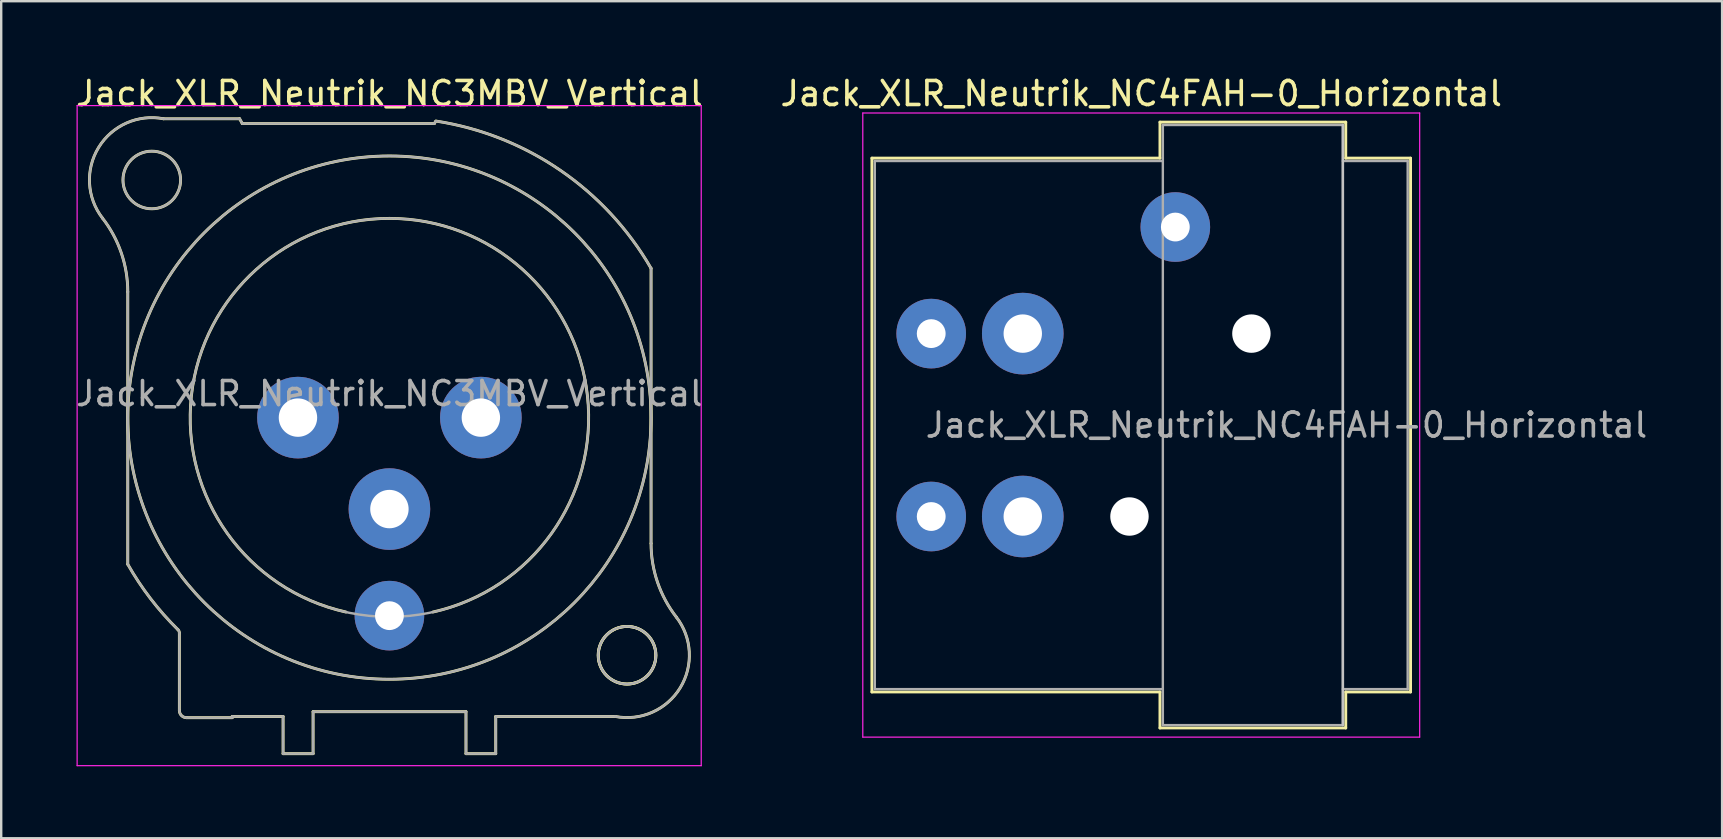
<source format=kicad_pcb>
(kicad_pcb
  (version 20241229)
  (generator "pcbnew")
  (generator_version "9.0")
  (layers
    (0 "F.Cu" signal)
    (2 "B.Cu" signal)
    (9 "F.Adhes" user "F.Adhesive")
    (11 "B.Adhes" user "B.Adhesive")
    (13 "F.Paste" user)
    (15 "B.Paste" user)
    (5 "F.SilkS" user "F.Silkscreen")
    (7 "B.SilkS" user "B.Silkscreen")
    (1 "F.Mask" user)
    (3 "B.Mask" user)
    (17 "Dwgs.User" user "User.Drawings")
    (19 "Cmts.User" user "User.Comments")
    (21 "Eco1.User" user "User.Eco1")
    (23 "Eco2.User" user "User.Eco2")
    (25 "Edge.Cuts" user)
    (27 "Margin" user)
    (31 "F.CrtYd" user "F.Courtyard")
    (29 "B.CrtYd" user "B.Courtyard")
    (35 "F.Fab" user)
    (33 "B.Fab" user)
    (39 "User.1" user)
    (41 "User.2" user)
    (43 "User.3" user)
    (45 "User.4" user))
  (footprint "Jack_XLR_Neutrik_NC4FAH-0_Horizontal"
    (layer "F.Cu")
    (at 35.744 10.848)
    (property "Reference" "Jack_XLR_Neutrik_NC4FAH-0_Horizontal" (at 8.75 -10 0) (layer "F.SilkS") (effects (font (size 1 1) (thickness 0.15))))
    (attr through_hole)
    (fp_line (start -2.47 -7.31) (end -2.47 14.93) (stroke (width 0.12) (type solid)) (layer "F.SilkS"))
    (fp_line (start 9.53 -7.31) (end -2.47 -7.31) (stroke (width 0.12) (type solid)) (layer "F.SilkS"))
    (fp_line (start 9.53 -7.31) (end 9.53 -8.81) (stroke (width 0.12) (type solid)) (layer "F.SilkS"))
    (fp_line (start 9.53 14.93) (end -2.47 14.93) (stroke (width 0.12) (type solid)) (layer "F.SilkS"))
    (fp_line (start 9.53 16.43) (end 9.53 14.93) (stroke (width 0.12) (type solid)) (layer "F.SilkS"))
    (fp_line (start 17.27 -8.81) (end 9.53 -8.81) (stroke (width 0.12) (type solid)) (layer "F.SilkS"))
    (fp_line (start 17.27 -8.81) (end 17.27 -7.31) (stroke (width 0.12) (type solid)) (layer "F.SilkS"))
    (fp_line (start 17.27 -7.31) (end 19.97 -7.31) (stroke (width 0.12) (type solid)) (layer "F.SilkS"))
    (fp_line (start 17.27 14.93) (end 17.27 16.43) (stroke (width 0.12) (type solid)) (layer "F.SilkS"))
    (fp_line (start 17.27 14.93) (end 19.97 14.93) (stroke (width 0.12) (type solid)) (layer "F.SilkS"))
    (fp_line (start 17.27 16.43) (end 9.53 16.43) (stroke (width 0.12) (type solid)) (layer "F.SilkS"))
    (fp_line (start 19.97 -7.31) (end 19.97 14.93) (stroke (width 0.12) (type solid)) (layer "F.SilkS"))
    (fp_line (start 17.15 -8.69) (end 17.15 16.31) (stroke (width 0.1) (type solid)) (layer "Dwgs.User"))
    (fp_line (start -2.85 -9.19) (end -2.85 16.81) (stroke (width 0.05) (type solid)) (layer "F.CrtYd"))
    (fp_line (start 20.35 -9.19) (end -2.85 -9.19) (stroke (width 0.05) (type solid)) (layer "F.CrtYd"))
    (fp_line (start 20.35 -9.19) (end 20.35 16.81) (stroke (width 0.05) (type solid)) (layer "F.CrtYd"))
    (fp_line (start 20.35 16.81) (end -2.85 16.81) (stroke (width 0.05) (type solid)) (layer "F.CrtYd"))
    (fp_line (start -2.35 -7.19) (end -2.35 14.81) (stroke (width 0.1) (type solid)) (layer "F.Fab"))
    (fp_line (start -2.35 14.81) (end 9.65 14.81) (stroke (width 0.1) (type solid)) (layer "F.Fab"))
    (fp_line (start 9.65 -8.69) (end 17.15 -8.69) (stroke (width 0.1) (type solid)) (layer "F.Fab"))
    (fp_line (start 9.65 -7.19) (end -2.35 -7.19) (stroke (width 0.1) (type solid)) (layer "F.Fab"))
    (fp_line (start 9.65 16.31) (end 9.65 -8.69) (stroke (width 0.1) (type solid)) (layer "F.Fab"))
    (fp_line (start 17.15 -8.69) (end 17.15 16.31) (stroke (width 0.1) (type solid)) (layer "F.Fab"))
    (fp_line (start 17.15 -7.19) (end 19.85 -7.19) (stroke (width 0.1) (type solid)) (layer "F.Fab"))
    (fp_line (start 17.15 16.31) (end 9.65 16.31) (stroke (width 0.1) (type solid)) (layer "F.Fab"))
    (fp_line (start 19.85 -7.19) (end 19.85 14.81) (stroke (width 0.1) (type solid)) (layer "F.Fab"))
    (fp_line (start 19.85 14.81) (end 17.15 14.81) (stroke (width 0.1) (type solid)) (layer "F.Fab"))
    (fp_text user "${REFERENCE}" (at 14.8 3.81 0) (layer "F.Fab") (effects (font (size 1 1) (thickness 0.15))))
    (pad "" np_thru_hole circle (at 8.26 7.62) (size 1.6 1.6) (drill 1.6) (layers "*.Cu" "*.Mask"))
    (pad "" np_thru_hole circle (at 13.34 0) (size 1.6 1.6) (drill 1.6) (layers "*.Cu" "*.Mask"))
    (pad "1" thru_hole circle (at 0 0) (size 2.9 2.9) (drill 1.2) (layers "*.Cu" "*.Mask"))
    (pad "2" thru_hole circle (at 3.815 0) (size 3.4 3.4) (drill 1.6) (layers "*.Cu" "*.Mask"))
    (pad "3" thru_hole circle (at 3.815 7.62) (size 3.4 3.4) (drill 1.6) (layers "*.Cu" "*.Mask"))
    (pad "4" thru_hole circle (at 0 7.62) (size 2.9 2.9) (drill 1.2) (layers "*.Cu" "*.Mask"))
    (pad "G" thru_hole circle (at 10.17 -4.44) (size 2.9 2.9) (drill 1.2) (layers "*.Cu" "*.Mask")))
  (footprint "Jack_XLR_Neutrik_NC3MBV_Vertical"
    (layer "F.Cu")
    (at 9.363 14.348)
    (property "Reference" "Jack_XLR_Neutrik_NC3MBV_Vertical" (at 3.81 -13.5 0) (layer "F.SilkS") (effects (font (size 1 1) (thickness 0.15))))
    (attr through_hole)
    (fp_line (start -7.09 -5.24) (end -7.09 6.11) (stroke (width 0.12) (type solid)) (layer "F.SilkS"))
    (fp_line (start -4.94 12.2) (end -4.94 8.98) (stroke (width 0.12) (type solid)) (layer "F.SilkS"))
    (fp_line (start -4.64 12.5) (end -2.74 12.5) (stroke (width 0.12) (type solid)) (layer "F.SilkS"))
    (fp_line (start -2.74 12.45) (end -0.62 12.45) (stroke (width 0.12) (type solid)) (layer "F.SilkS"))
    (fp_line (start -2.74 12.5) (end -2.74 12.45) (stroke (width 0.12) (type solid)) (layer "F.SilkS"))
    (fp_line (start -2.43 -12.45) (end -5.6 -12.45) (stroke (width 0.12) (type solid)) (layer "F.SilkS"))
    (fp_line (start -2.32 -12.25) (end -2.43 -12.45) (stroke (width 0.12) (type solid)) (layer "F.SilkS"))
    (fp_line (start -0.62 12.45) (end -0.62 14) (stroke (width 0.12) (type solid)) (layer "F.SilkS"))
    (fp_line (start 0.63 12.25) (end 0.63 14) (stroke (width 0.12) (type solid)) (layer "F.SilkS"))
    (fp_line (start 0.63 12.25) (end 7 12.25) (stroke (width 0.12) (type solid)) (layer "F.SilkS"))
    (fp_line (start 0.63 14) (end -0.62 14) (stroke (width 0.12) (type solid)) (layer "F.SilkS"))
    (fp_line (start 5.68 -12.25) (end -2.32 -12.25) (stroke (width 0.12) (type solid)) (layer "F.SilkS"))
    (fp_line (start 5.74 -12.35) (end 5.68 -12.25) (stroke (width 0.12) (type solid)) (layer "F.SilkS"))
    (fp_line (start 7 12.25) (end 7 14) (stroke (width 0.12) (type solid)) (layer "F.SilkS"))
    (fp_line (start 8.24 12.45) (end 8.24 14) (stroke (width 0.12) (type solid)) (layer "F.SilkS"))
    (fp_line (start 8.24 12.45) (end 13.22 12.45) (stroke (width 0.12) (type solid)) (layer "F.SilkS"))
    (fp_line (start 8.24 14) (end 7 14) (stroke (width 0.12) (type solid)) (layer "F.SilkS"))
    (fp_line (start 14.71 5.24) (end 14.71 -6.22) (stroke (width 0.12) (type solid)) (layer "F.SilkS"))
    (fp_arc (start -8.14458 -8.311426) (mid -7.360989 -6.863715) (end -7.09 -5.24) (stroke (width 0.12) (type solid)) (layer "F.SilkS"))
    (fp_arc (start -8.141124 -8.307677) (mid -8.303366 -11.257798) (end -5.6 -12.45) (stroke (width 0.12) (type solid)) (layer "F.SilkS"))
    (fp_arc (start -4.999944 8.832139) (mid -4.954594 8.899835) (end -4.94 8.98) (stroke (width 0.12) (type solid)) (layer "F.SilkS"))
    (fp_arc (start -4.999718 8.833849) (mid -6.1389 7.544091) (end -7.09 6.11) (stroke (width 0.12) (type solid)) (layer "F.SilkS"))
    (fp_arc (start -4.64 12.5) (mid -4.852132 12.412132) (end -4.94 12.2) (stroke (width 0.12) (type solid)) (layer "F.SilkS"))
    (fp_arc (start 2 8.1) (mid 3.809449 -8.299765) (end 5.621075 8.09976) (stroke (width 0.12) (type solid)) (layer "F.SilkS"))
    (fp_arc (start 5.753207 -12.354269) (mid 10.928439 -10.304601) (end 14.71 -6.22) (stroke (width 0.12) (type solid)) (layer "F.SilkS"))
    (fp_arc (start 15.761124 8.307677) (mid 15.923366 11.257798) (end 13.22 12.45) (stroke (width 0.12) (type solid)) (layer "F.SilkS"))
    (fp_arc (start 15.76458 8.311426) (mid 14.980989 6.863715) (end 14.71 5.24) (stroke (width 0.12) (type solid)) (layer "F.SilkS"))
    (fp_circle (center -6.09 -9.9) (end -4.89 -9.9) (stroke (width 0.12) (type solid)) (fill no) (layer "F.SilkS"))
    (fp_circle (center 3.81 0) (end 14.71 0) (stroke (width 0.12) (type solid)) (fill no) (layer "F.SilkS"))
    (fp_circle (center 13.71 9.9) (end 14.91 9.9) (stroke (width 0.12) (type solid)) (fill no) (layer "F.SilkS"))
    (fp_circle (center 13.71 9.9) (end 14.91 9.9) (stroke (width 0.12) (type solid)) (fill no) (layer "F.SilkS"))
    (fp_line (start -9.2 -13) (end 16.8 -13) (stroke (width 0.05) (type solid)) (layer "F.CrtYd"))
    (fp_line (start -9.2 14.5) (end -9.2 -13) (stroke (width 0.05) (type solid)) (layer "F.CrtYd"))
    (fp_line (start 16.8 -13) (end 16.8 14.5) (stroke (width 0.05) (type solid)) (layer "F.CrtYd"))
    (fp_line (start 16.8 14.5) (end -9.2 14.5) (stroke (width 0.05) (type solid)) (layer "F.CrtYd"))
    (fp_line (start -7.09 -5.24) (end -7.09 6.11) (stroke (width 0.1) (type solid)) (layer "F.Fab"))
    (fp_line (start -4.94 12.2) (end -4.94 8.98) (stroke (width 0.1) (type solid)) (layer "F.Fab"))
    (fp_line (start -4.64 12.5) (end -2.74 12.5) (stroke (width 0.1) (type solid)) (layer "F.Fab"))
    (fp_line (start -2.74 12.45) (end -0.62 12.45) (stroke (width 0.1) (type solid)) (layer "F.Fab"))
    (fp_line (start -2.74 12.5) (end -2.74 12.45) (stroke (width 0.1) (type solid)) (layer "F.Fab"))
    (fp_line (start -2.43 -12.45) (end -5.6 -12.45) (stroke (width 0.1) (type solid)) (layer "F.Fab"))
    (fp_line (start -2.32 -12.25) (end -2.43 -12.45) (stroke (width 0.1) (type solid)) (layer "F.Fab"))
    (fp_line (start -0.62 12.45) (end -0.62 14) (stroke (width 0.1) (type solid)) (layer "F.Fab"))
    (fp_line (start 0.63 12.25) (end 0.63 14) (stroke (width 0.1) (type solid)) (layer "F.Fab"))
    (fp_line (start 0.63 12.25) (end 7 12.25) (stroke (width 0.1) (type solid)) (layer "F.Fab"))
    (fp_line (start 0.63 14) (end -0.62 14) (stroke (width 0.1) (type solid)) (layer "F.Fab"))
    (fp_line (start 5.68 -12.25) (end -2.32 -12.25) (stroke (width 0.1) (type solid)) (layer "F.Fab"))
    (fp_line (start 5.74 -12.35) (end 5.68 -12.25) (stroke (width 0.1) (type solid)) (layer "F.Fab"))
    (fp_line (start 7 12.25) (end 7 14) (stroke (width 0.1) (type solid)) (layer "F.Fab"))
    (fp_line (start 8.24 12.45) (end 8.24 14) (stroke (width 0.1) (type solid)) (layer "F.Fab"))
    (fp_line (start 8.24 12.45) (end 13.22 12.45) (stroke (width 0.1) (type solid)) (layer "F.Fab"))
    (fp_line (start 8.24 14) (end 7 14) (stroke (width 0.1) (type solid)) (layer "F.Fab"))
    (fp_line (start 14.71 5.24) (end 14.71 -6.22) (stroke (width 0.1) (type solid)) (layer "F.Fab"))
    (fp_arc (start -8.14458 -8.311426) (mid -7.360989 -6.863715) (end -7.09 -5.24) (stroke (width 0.1) (type solid)) (layer "F.Fab"))
    (fp_arc (start -8.141124 -8.307677) (mid -8.303366 -11.257798) (end -5.6 -12.45) (stroke (width 0.1) (type solid)) (layer "F.Fab"))
    (fp_arc (start -4.999944 8.832139) (mid -4.954594 8.899835) (end -4.94 8.98) (stroke (width 0.1) (type solid)) (layer "F.Fab"))
    (fp_arc (start -4.999718 8.833849) (mid -6.1389 7.544091) (end -7.09 6.11) (stroke (width 0.1) (type solid)) (layer "F.Fab"))
    (fp_arc (start -4.64 12.5) (mid -4.852132 12.412132) (end -4.94 12.2) (stroke (width 0.1) (type solid)) (layer "F.Fab"))
    (fp_arc (start 5.753207 -12.354269) (mid 10.928439 -10.304601) (end 14.71 -6.22) (stroke (width 0.1) (type solid)) (layer "F.Fab"))
    (fp_arc (start 15.761124 8.307677) (mid 15.923366 11.257798) (end 13.22 12.45) (stroke (width 0.1) (type solid)) (layer "F.Fab"))
    (fp_arc (start 15.76458 8.311426) (mid 14.980989 6.863715) (end 14.71 5.24) (stroke (width 0.1) (type solid)) (layer "F.Fab"))
    (fp_circle (center -6.09 -9.9) (end -4.89 -9.9) (stroke (width 0.1) (type solid)) (fill no) (layer "F.Fab"))
    (fp_circle (center 3.81 0) (end 12.11 0) (stroke (width 0.1) (type solid)) (fill no) (layer "F.Fab"))
    (fp_circle (center 3.81 0) (end 14.71 0) (stroke (width 0.1) (type solid)) (fill no) (layer "F.Fab"))
    (fp_circle (center 13.71 9.9) (end 14.91 9.9) (stroke (width 0.1) (type solid)) (fill no) (layer "F.Fab"))
    (fp_text user "${REFERENCE}" (at 3.81 -1 0) (layer "F.Fab") (effects (font (size 1 1) (thickness 0.15))))
    (pad "1" thru_hole circle (at 0 0) (size 3.4 3.4) (drill 1.6) (layers "*.Cu" "*.Mask"))
    (pad "2" thru_hole circle (at 7.62 0) (size 3.4 3.4) (drill 1.6) (layers "*.Cu" "*.Mask"))
    (pad "3" thru_hole circle (at 3.81 3.81) (size 3.4 3.4) (drill 1.6) (layers "*.Cu" "*.Mask"))
    (pad "G" thru_hole circle (at 3.81 8.25) (size 2.9 2.9) (drill 1.2) (layers "*.Cu" "*.Mask")))
  (gr_rect
    (start -3 -3)
    (end 68.693 31.873)
    (stroke (width 0.1) (type default))
    (fill no)
    (layer "Edge.Cuts")))
</source>
